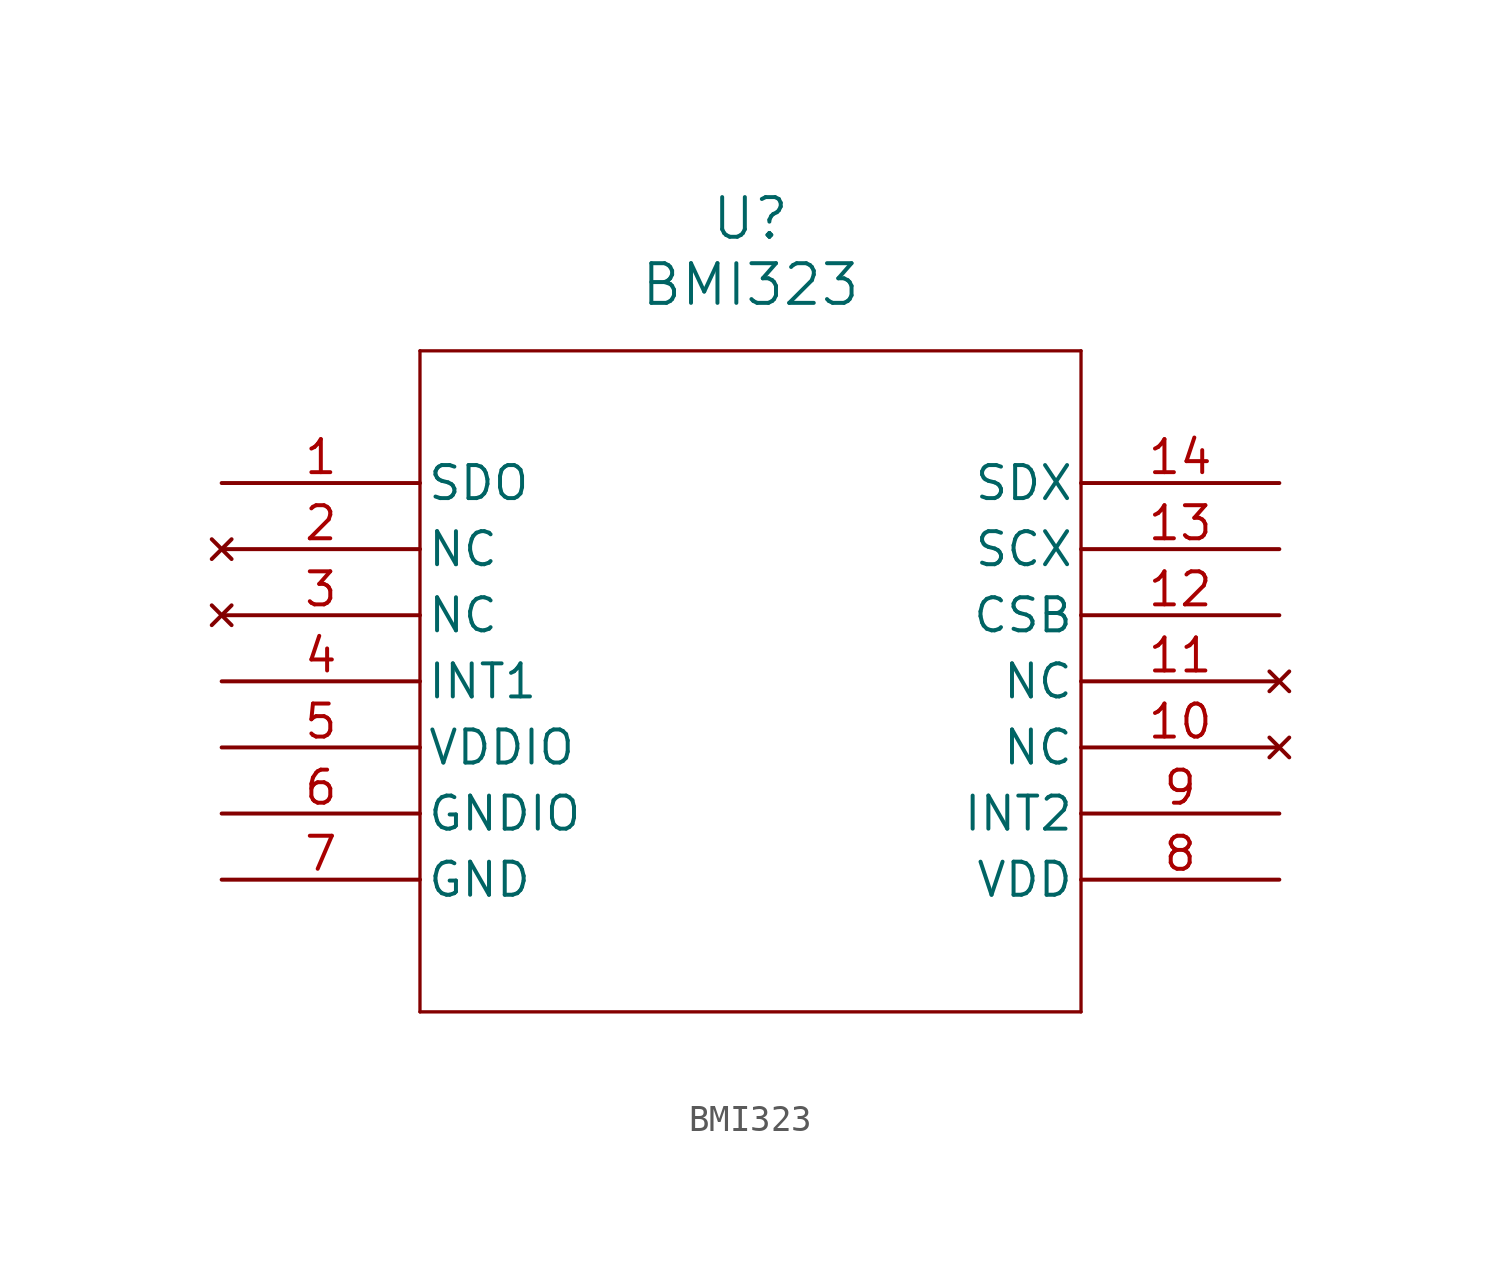
<source format=kicad_sym>
(kicad_symbol_lib
  (version 20220914)
  (generator kicad_symbol_editor)
  (symbol "BMI323"
    (pin_names
      (offset 0.254))
    (property "Reference" "U"
      (at 20.32 10.16 0)
      (effects (font (size 1.524 1.524))))
    (property "Value" "BMI323"
      (at 20.32 7.62 0)
      (effects (font (size 1.524 1.524))))
    (property "ki_locked" ""
      (at 0 0 0)
      (effects (font (size 1.27 1.27))))
    (symbol "BMI323_0_1"
      (polyline (pts (xy 7.62 -20.32) (xy 33.02 -20.32)) (stroke (width 0.127) (type default)) (fill (type none)))
      (polyline (pts (xy 7.62 5.08) (xy 7.62 -20.32)) (stroke (width 0.127) (type default)) (fill (type none)))
      (polyline (pts (xy 33.02 -20.32) (xy 33.02 5.08)) (stroke (width 0.127) (type default)) (fill (type none)))
      (polyline (pts (xy 33.02 5.08) (xy 7.62 5.08)) (stroke (width 0.127) (type default)) (fill (type none)))
      (pin bidirectional line (at 0 0 0) (length 7.62) (name "SDO" (effects (font (size 1.27 1.27)))) (number "1" (effects (font (size 1.27 1.27)))))
      (pin no_connect line (at 40.64 -10.16 180) (length 7.62) (name "NC" (effects (font (size 1.27 1.27)))) (number "10" (effects (font (size 1.27 1.27)))))
      (pin no_connect line (at 40.64 -7.62 180) (length 7.62) (name "NC" (effects (font (size 1.27 1.27)))) (number "11" (effects (font (size 1.27 1.27)))))
      (pin input line (at 40.64 -5.08 180) (length 7.62) (name "CSB" (effects (font (size 1.27 1.27)))) (number "12" (effects (font (size 1.27 1.27)))))
      (pin input line (at 40.64 -2.54 180) (length 7.62) (name "SCX" (effects (font (size 1.27 1.27)))) (number "13" (effects (font (size 1.27 1.27)))))
      (pin bidirectional line (at 40.64 0 180) (length 7.62) (name "SDX" (effects (font (size 1.27 1.27)))) (number "14" (effects (font (size 1.27 1.27)))))
      (pin no_connect line (at 0 -2.54 0) (length 7.62) (name "NC" (effects (font (size 1.27 1.27)))) (number "2" (effects (font (size 1.27 1.27)))))
      (pin no_connect line (at 0 -5.08 0) (length 7.62) (name "NC" (effects (font (size 1.27 1.27)))) (number "3" (effects (font (size 1.27 1.27)))))
      (pin bidirectional line (at 0 -7.62 0) (length 7.62) (name "INT1" (effects (font (size 1.27 1.27)))) (number "4" (effects (font (size 1.27 1.27)))))
      (pin power_in line (at 0 -10.16 0) (length 7.62) (name "VDDIO" (effects (font (size 1.27 1.27)))) (number "5" (effects (font (size 1.27 1.27)))))
      (pin power_in line (at 40.64 -15.24 180) (length 7.62) (name "VDD" (effects (font (size 1.27 1.27)))) (number "8" (effects (font (size 1.27 1.27)))))
      (pin bidirectional line (at 40.64 -12.7 180) (length 7.62) (name "INT2" (effects (font (size 1.27 1.27)))) (number "9" (effects (font (size 1.27 1.27))))))
    (symbol "BMI323_1_1"
      (pin passive line (at 0 -12.7 0) (length 7.62) (name "GNDIO" (effects (font (size 1.27 1.27)))) (number "6" (effects (font (size 1.27 1.27)))))
      (pin power_out line (at 0 -15.24 0) (length 7.62) (name "GND" (effects (font (size 1.27 1.27)))) (number "7" (effects (font (size 1.27 1.27))))))))
</source>
